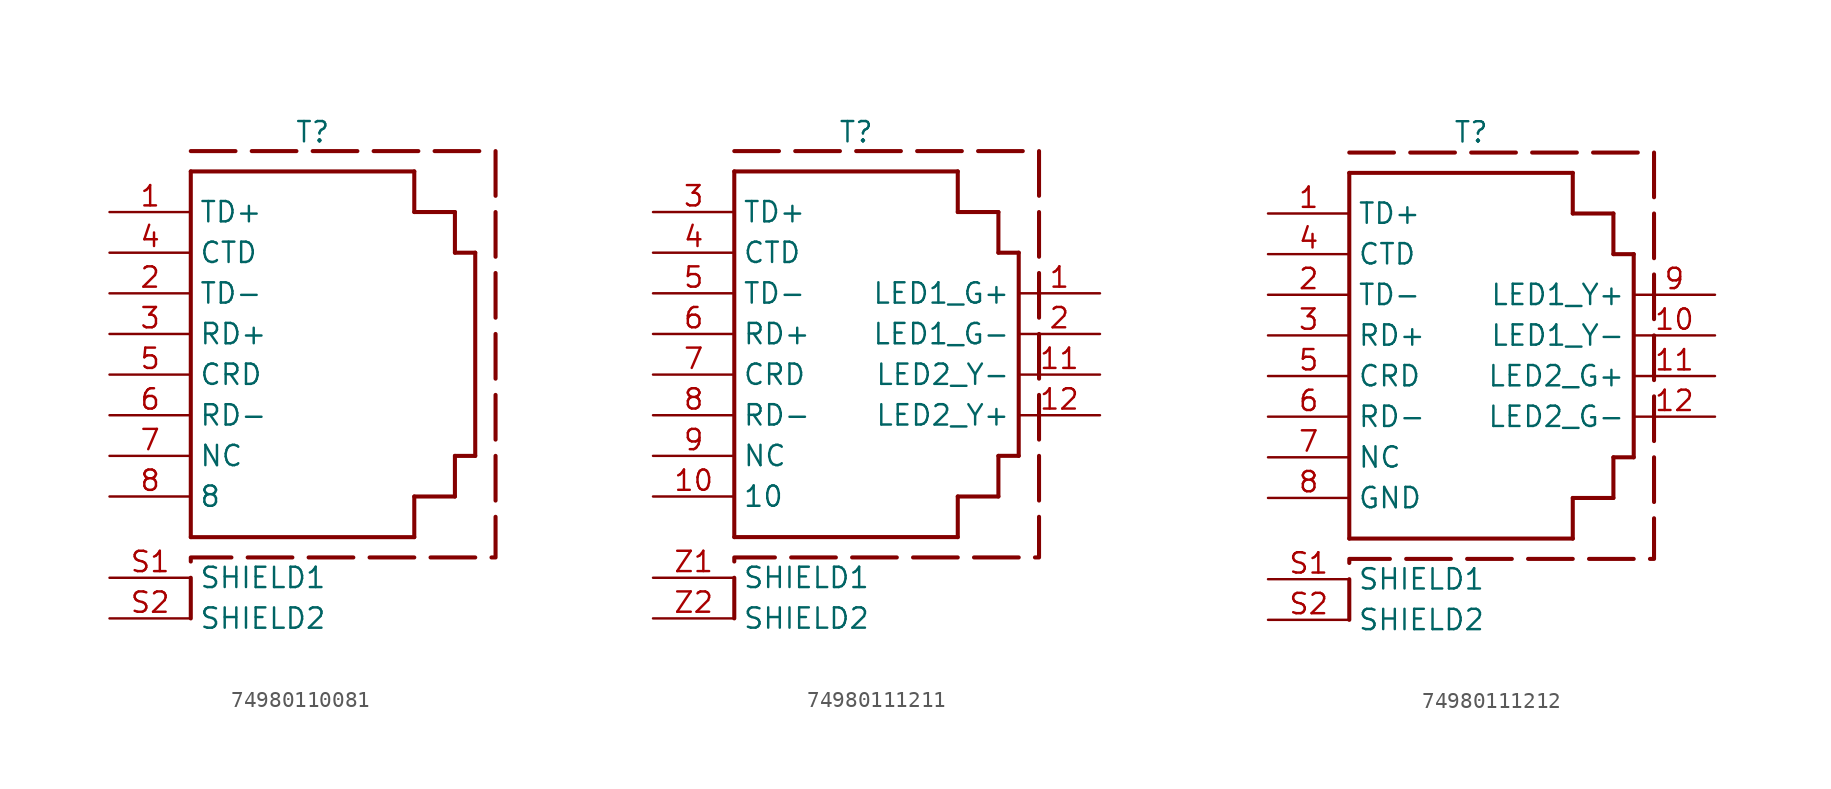
<source format=kicad_sym>
(kicad_symbol_lib
  (version 20220914)
  (generator kicad_symbol_editor)
  (symbol "74980110081"
    (property "Reference" "T"
      (at 0 15.16 0)
      (effects (font (size 1.27 1.27))))
    (property "Critical Parameter" ""
      (at 0 -5.08 0)
      (effects (font (size 1.27 1.27)) (justify left)))
    (symbol "74980110081_0_0"
      (polyline (pts (xy -7.62 -10.16) (xy -7.62 12.7)) (stroke (width 0.254) (type default)) (fill (type none)))
      (polyline (pts (xy -7.62 12.7) (xy 6.35 12.7)) (stroke (width 0.254) (type default)) (fill (type none)))
      (polyline (pts (xy 6.35 -10.16) (xy -7.62 -10.16)) (stroke (width 0.254) (type default)) (fill (type none)))
      (polyline (pts (xy 6.35 -10.16) (xy 6.35 -7.62)) (stroke (width 0.254) (type default)) (fill (type none)))
      (polyline (pts (xy 6.35 -7.62) (xy 8.89 -7.62)) (stroke (width 0.254) (type default)) (fill (type none)))
      (polyline (pts (xy 6.35 10.16) (xy 8.89 10.16)) (stroke (width 0.254) (type default)) (fill (type none)))
      (polyline (pts (xy 6.35 12.7) (xy 6.35 10.16)) (stroke (width 0.254) (type default)) (fill (type none)))
      (polyline (pts (xy 8.89 -7.62) (xy 8.89 -5.08)) (stroke (width 0.254) (type default)) (fill (type none)))
      (polyline (pts (xy 8.89 -5.08) (xy 10.16 -5.08)) (stroke (width 0.254) (type default)) (fill (type none)))
      (polyline (pts (xy 8.89 7.62) (xy 10.16 7.62)) (stroke (width 0.254) (type default)) (fill (type none)))
      (polyline (pts (xy 8.89 10.16) (xy 8.89 7.62)) (stroke (width 0.254) (type default)) (fill (type none)))
      (polyline (pts (xy 10.16 7.62) (xy 10.16 -5.08)) (stroke (width 0.254) (type default)) (fill (type none)))
      (pin passive line (at -12.7 10.16 0) (length 5.08) (name "TD+" (effects (font (size 1.27 1.27)))) (number "1" (effects (font (size 1.27 1.27)))))
      (pin passive line (at -12.7 5.08 0) (length 5.08) (name "TD-" (effects (font (size 1.27 1.27)))) (number "2" (effects (font (size 1.27 1.27)))))
      (pin passive line (at -12.7 2.54 0) (length 5.08) (name "RD+" (effects (font (size 1.27 1.27)))) (number "3" (effects (font (size 1.27 1.27)))))
      (pin passive line (at -12.7 7.62 0) (length 5.08) (name "CTD" (effects (font (size 1.27 1.27)))) (number "4" (effects (font (size 1.27 1.27)))))
      (pin passive line (at -12.7 0 0) (length 5.08) (name "CRD" (effects (font (size 1.27 1.27)))) (number "5" (effects (font (size 1.27 1.27)))))
      (pin passive line (at -12.7 -2.54 0) (length 5.08) (name "RD-" (effects (font (size 1.27 1.27)))) (number "6" (effects (font (size 1.27 1.27)))))
      (pin passive line (at -12.7 -5.08 0) (length 5.08) (name "NC" (effects (font (size 1.27 1.27)))) (number "7" (effects (font (size 1.27 1.27)))))
      (pin passive line (at -12.7 -7.62 0) (length 5.08) (name "8" (effects (font (size 1.27 1.27)))) (number "8" (effects (font (size 1.27 1.27)))))
      (pin passive line (at -12.7 -12.7 0) (length 5.08) (name "SHIELD1" (effects (font (size 1.27 1.27)))) (number "S1" (effects (font (size 1.27 1.27)))))
      (pin passive line (at -12.7 -15.24 0) (length 5.08) (name "SHIELD2" (effects (font (size 1.27 1.27)))) (number "S2" (effects (font (size 1.27 1.27))))))
    (symbol "74980110081_1_1"
      (polyline (pts (xy -1.27 13.97) (xy -1.27 13.97)) (stroke (width 0) (type default)) (fill (type none)))
      (polyline (pts (xy -7.62 13.97) (xy 11.43 13.97) (xy 11.43 -11.43) (xy -7.62 -11.43) (xy -7.62 -15.24)) (stroke (width 0.254) (type dash)) (fill (type none)))))
  (symbol "74980111211"
    (property "Reference" "T"
      (at 0 15.16 0)
      (effects (font (size 1.27 1.27))))
    (property "Critical Parameter" ""
      (at 0 -5.08 0)
      (effects (font (size 1.27 1.27)) (justify left)))
    (symbol "74980111211_0_0"
      (polyline (pts (xy -7.62 -10.16) (xy -7.62 12.7)) (stroke (width 0.254) (type default)) (fill (type none)))
      (polyline (pts (xy -7.62 12.7) (xy 6.35 12.7)) (stroke (width 0.254) (type default)) (fill (type none)))
      (polyline (pts (xy 6.35 -10.16) (xy -7.62 -10.16)) (stroke (width 0.254) (type default)) (fill (type none)))
      (polyline (pts (xy 6.35 -10.16) (xy 6.35 -7.62)) (stroke (width 0.254) (type default)) (fill (type none)))
      (polyline (pts (xy 6.35 -7.62) (xy 8.89 -7.62)) (stroke (width 0.254) (type default)) (fill (type none)))
      (polyline (pts (xy 6.35 10.16) (xy 8.89 10.16)) (stroke (width 0.254) (type default)) (fill (type none)))
      (polyline (pts (xy 6.35 12.7) (xy 6.35 10.16)) (stroke (width 0.254) (type default)) (fill (type none)))
      (polyline (pts (xy 8.89 -7.62) (xy 8.89 -5.08)) (stroke (width 0.254) (type default)) (fill (type none)))
      (polyline (pts (xy 8.89 -5.08) (xy 10.16 -5.08)) (stroke (width 0.254) (type default)) (fill (type none)))
      (polyline (pts (xy 8.89 7.62) (xy 10.16 7.62)) (stroke (width 0.254) (type default)) (fill (type none)))
      (polyline (pts (xy 8.89 10.16) (xy 8.89 7.62)) (stroke (width 0.254) (type default)) (fill (type none)))
      (polyline (pts (xy 10.16 7.62) (xy 10.16 -5.08)) (stroke (width 0.254) (type default)) (fill (type none)))
      (pin passive line (at -12.7 -7.62 0) (length 5.08) (name "10" (effects (font (size 1.27 1.27)))) (number "10" (effects (font (size 1.27 1.27)))))
      (pin passive line (at -12.7 10.16 0) (length 5.08) (name "TD+" (effects (font (size 1.27 1.27)))) (number "3" (effects (font (size 1.27 1.27)))))
      (pin passive line (at -12.7 7.62 0) (length 5.08) (name "CTD" (effects (font (size 1.27 1.27)))) (number "4" (effects (font (size 1.27 1.27)))))
      (pin passive line (at -12.7 5.08 0) (length 5.08) (name "TD-" (effects (font (size 1.27 1.27)))) (number "5" (effects (font (size 1.27 1.27)))))
      (pin passive line (at -12.7 2.54 0) (length 5.08) (name "RD+" (effects (font (size 1.27 1.27)))) (number "6" (effects (font (size 1.27 1.27)))))
      (pin passive line (at -12.7 0 0) (length 5.08) (name "CRD" (effects (font (size 1.27 1.27)))) (number "7" (effects (font (size 1.27 1.27)))))
      (pin passive line (at -12.7 -2.54 0) (length 5.08) (name "RD-" (effects (font (size 1.27 1.27)))) (number "8" (effects (font (size 1.27 1.27)))))
      (pin passive line (at -12.7 -5.08 0) (length 5.08) (name "NC" (effects (font (size 1.27 1.27)))) (number "9" (effects (font (size 1.27 1.27)))))
      (pin passive line (at -12.7 -12.7 0) (length 5.08) (name "SHIELD1" (effects (font (size 1.27 1.27)))) (number "Z1" (effects (font (size 1.27 1.27)))))
      (pin passive line (at -12.7 -15.24 0) (length 5.08) (name "SHIELD2" (effects (font (size 1.27 1.27)))) (number "Z2" (effects (font (size 1.27 1.27))))))
    (symbol "74980111211_1_0"
      (pin passive line (at 15.24 5.08 180) (length 5.08) (name "LED1_G+" (effects (font (size 1.27 1.27)))) (number "1" (effects (font (size 1.27 1.27)))))
      (pin passive line (at 15.24 0 180) (length 5.08) (name "LED2_Y-" (effects (font (size 1.27 1.27)))) (number "11" (effects (font (size 1.27 1.27)))))
      (pin passive line (at 15.24 -2.54 180) (length 5.08) (name "LED2_Y+" (effects (font (size 1.27 1.27)))) (number "12" (effects (font (size 1.27 1.27)))))
      (pin passive line (at 15.24 2.54 180) (length 5.08) (name "LED1_G-" (effects (font (size 1.27 1.27)))) (number "2" (effects (font (size 1.27 1.27))))))
    (symbol "74980111211_1_1"
      (polyline (pts (xy -7.62 13.97) (xy 11.43 13.97) (xy 11.43 -11.43) (xy -7.62 -11.43) (xy -7.62 -15.24)) (stroke (width 0.254) (type dash)) (fill (type none)))))
  (symbol "74980111212"
    (property "Reference" "T"
      (at 0 15.24 0)
      (effects (font (size 1.27 1.27))))
    (property "Critical Parameter" ""
      (at 0 -5.08 0)
      (effects (font (size 1.27 1.27)) (justify left)))
    (symbol "74980111212_0_0"
      (polyline (pts (xy -7.62 -10.16) (xy -7.62 12.7)) (stroke (width 0.254) (type default)) (fill (type none)))
      (polyline (pts (xy -7.62 12.7) (xy 6.35 12.7)) (stroke (width 0.254) (type default)) (fill (type none)))
      (polyline (pts (xy 6.35 -10.16) (xy -7.62 -10.16)) (stroke (width 0.254) (type default)) (fill (type none)))
      (polyline (pts (xy 6.35 -10.16) (xy 6.35 -7.62)) (stroke (width 0.254) (type default)) (fill (type none)))
      (polyline (pts (xy 6.35 -7.62) (xy 8.89 -7.62)) (stroke (width 0.254) (type default)) (fill (type none)))
      (polyline (pts (xy 6.35 10.16) (xy 8.89 10.16)) (stroke (width 0.254) (type default)) (fill (type none)))
      (polyline (pts (xy 6.35 12.7) (xy 6.35 10.16)) (stroke (width 0.254) (type default)) (fill (type none)))
      (polyline (pts (xy 8.89 -7.62) (xy 8.89 -5.08)) (stroke (width 0.254) (type default)) (fill (type none)))
      (polyline (pts (xy 8.89 -5.08) (xy 10.16 -5.08)) (stroke (width 0.254) (type default)) (fill (type none)))
      (polyline (pts (xy 8.89 7.62) (xy 10.16 7.62)) (stroke (width 0.254) (type default)) (fill (type none)))
      (polyline (pts (xy 8.89 10.16) (xy 8.89 7.62)) (stroke (width 0.254) (type default)) (fill (type none)))
      (polyline (pts (xy 10.16 7.62) (xy 10.16 -5.08)) (stroke (width 0.254) (type default)) (fill (type none)))
      (pin passive line (at -12.7 10.16 0) (length 5.08) (name "TD+" (effects (font (size 1.27 1.27)))) (number "1" (effects (font (size 1.27 1.27)))))
      (pin passive line (at -12.7 5.08 0) (length 5.08) (name "TD-" (effects (font (size 1.27 1.27)))) (number "2" (effects (font (size 1.27 1.27)))))
      (pin passive line (at -12.7 2.54 0) (length 5.08) (name "RD+" (effects (font (size 1.27 1.27)))) (number "3" (effects (font (size 1.27 1.27)))))
      (pin passive line (at -12.7 7.62 0) (length 5.08) (name "CTD" (effects (font (size 1.27 1.27)))) (number "4" (effects (font (size 1.27 1.27)))))
      (pin passive line (at -12.7 0 0) (length 5.08) (name "CRD" (effects (font (size 1.27 1.27)))) (number "5" (effects (font (size 1.27 1.27)))))
      (pin passive line (at -12.7 -2.54 0) (length 5.08) (name "RD-" (effects (font (size 1.27 1.27)))) (number "6" (effects (font (size 1.27 1.27)))))
      (pin passive line (at -12.7 -5.08 0) (length 5.08) (name "NC" (effects (font (size 1.27 1.27)))) (number "7" (effects (font (size 1.27 1.27)))))
      (pin passive line (at -12.7 -7.62 0) (length 5.08) (name "GND" (effects (font (size 1.27 1.27)))) (number "8" (effects (font (size 1.27 1.27)))))
      (pin passive line (at -12.7 -12.7 0) (length 5.08) (name "SHIELD1" (effects (font (size 1.27 1.27)))) (number "S1" (effects (font (size 1.27 1.27)))))
      (pin passive line (at -12.7 -15.24 0) (length 5.08) (name "SHIELD2" (effects (font (size 1.27 1.27)))) (number "S2" (effects (font (size 1.27 1.27))))))
    (symbol "74980111212_1_0"
      (pin passive line (at 15.24 2.54 180) (length 5.08) (name "LED1_Y-" (effects (font (size 1.27 1.27)))) (number "10" (effects (font (size 1.27 1.27)))))
      (pin passive line (at 15.24 0 180) (length 5.08) (name "LED2_G+" (effects (font (size 1.27 1.27)))) (number "11" (effects (font (size 1.27 1.27)))))
      (pin passive line (at 15.24 -2.54 180) (length 5.08) (name "LED2_G-" (effects (font (size 1.27 1.27)))) (number "12" (effects (font (size 1.27 1.27)))))
      (pin passive line (at 15.24 5.08 180) (length 5.08) (name "LED1_Y+" (effects (font (size 1.27 1.27)))) (number "9" (effects (font (size 1.27 1.27))))))
    (symbol "74980111212_1_1"
      (polyline (pts (xy -7.62 13.97) (xy 11.43 13.97) (xy 11.43 -11.43) (xy -7.62 -11.43) (xy -7.62 -15.24)) (stroke (width 0.254) (type dash)) (fill (type none))))))
</source>
